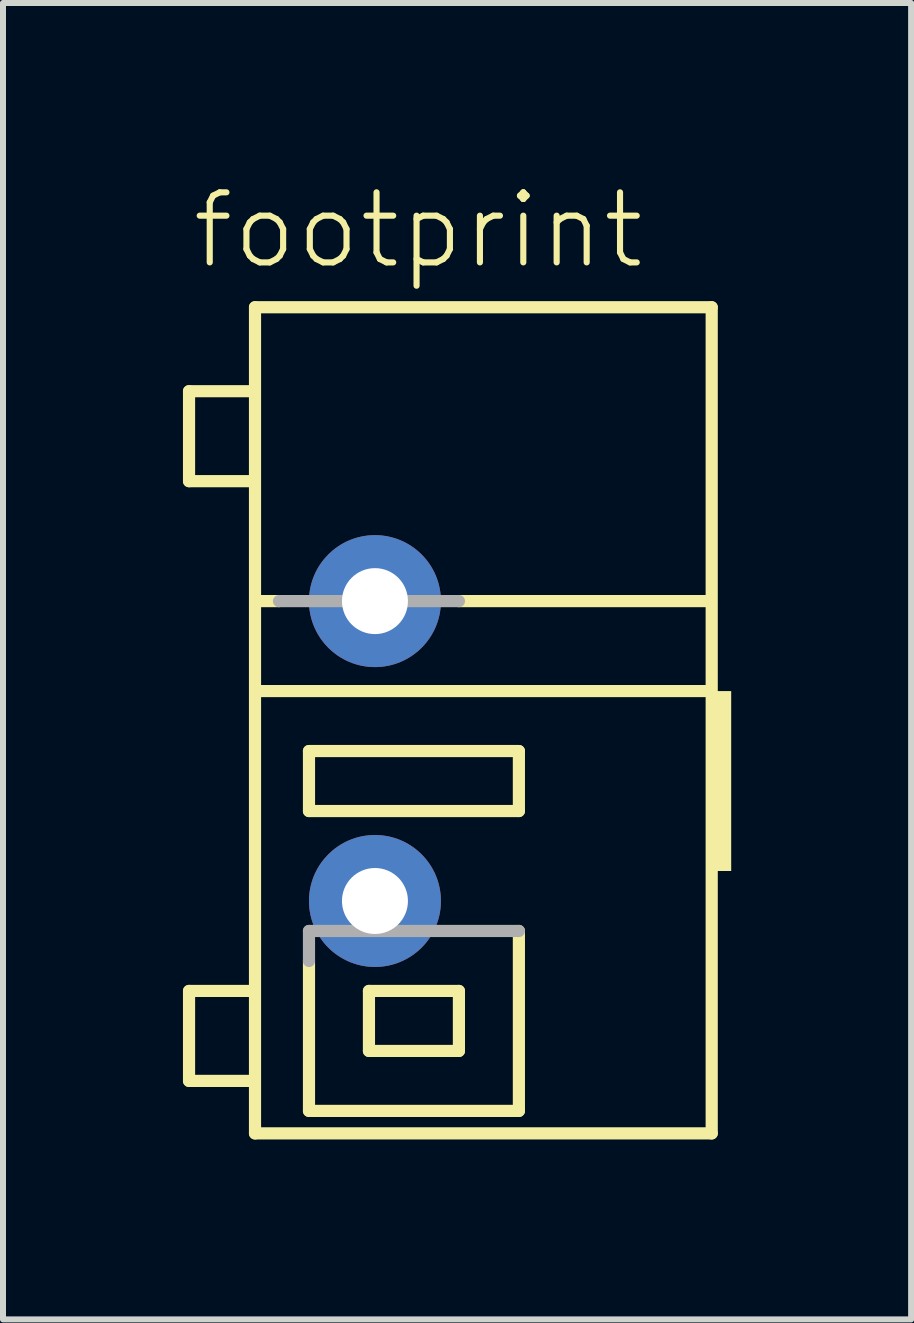
<source format=kicad_pcb>
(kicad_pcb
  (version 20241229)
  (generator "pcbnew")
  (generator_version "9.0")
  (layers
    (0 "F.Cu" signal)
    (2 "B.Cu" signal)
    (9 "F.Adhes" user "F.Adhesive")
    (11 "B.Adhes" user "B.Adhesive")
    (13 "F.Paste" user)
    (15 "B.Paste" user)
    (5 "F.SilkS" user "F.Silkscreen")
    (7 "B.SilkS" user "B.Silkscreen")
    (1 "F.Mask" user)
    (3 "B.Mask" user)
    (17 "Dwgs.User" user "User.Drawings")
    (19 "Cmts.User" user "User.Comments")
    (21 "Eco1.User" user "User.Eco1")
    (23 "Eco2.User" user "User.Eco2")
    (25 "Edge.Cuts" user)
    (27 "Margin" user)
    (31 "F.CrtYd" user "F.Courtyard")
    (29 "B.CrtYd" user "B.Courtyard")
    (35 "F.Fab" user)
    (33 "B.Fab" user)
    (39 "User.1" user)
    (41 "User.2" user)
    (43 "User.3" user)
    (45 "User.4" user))
  (footprint "footprint"
    (layer "F.Cu")
    (at 3.202 9.473)
    (property "Reference" "footprint" (at -3.1 -8 0) (layer "F.SilkS") (effects (font (size 1.168 1.168) (thickness 0.102)) (justify left bottom)))
    (fp_line (start -3.1 -6) (end -3.1 -4.5) (stroke (width 0.203) (type solid)) (layer "F.SilkS"))
    (fp_line (start -3.1 -4.5) (end -2.1 -4.5) (stroke (width 0.203) (type solid)) (layer "F.SilkS"))
    (fp_line (start -3.1 4) (end -2.1 4) (stroke (width 0.203) (type solid)) (layer "F.SilkS"))
    (fp_line (start -3.1 5.5) (end -3.1 4) (stroke (width 0.203) (type solid)) (layer "F.SilkS"))
    (fp_line (start -2.1 -6) (end -3.1 -6) (stroke (width 0.203) (type solid)) (layer "F.SilkS"))
    (fp_line (start -2.1 5.5) (end -3.1 5.5) (stroke (width 0.203) (type solid)) (layer "F.SilkS"))
    (fp_line (start -2 -7.4) (end 5.615 -7.4) (stroke (width 0.203) (type solid)) (layer "F.SilkS"))
    (fp_line (start -2 6.375) (end -2 -7.4) (stroke (width 0.203) (type solid)) (layer "F.SilkS"))
    (fp_line (start -1.6 -2.5) (end -1.925 -2.5) (stroke (width 0.203) (type solid)) (layer "F.SilkS"))
    (fp_line (start -1.1 0) (end 2.4 0) (stroke (width 0.203) (type solid)) (layer "F.SilkS"))
    (fp_line (start -1.1 1) (end -1.1 0) (stroke (width 0.203) (type solid)) (layer "F.SilkS"))
    (fp_line (start -1.1 3.5) (end -1.1 6) (stroke (width 0.203) (type solid)) (layer "F.SilkS"))
    (fp_line (start -1.1 6) (end 2.4 6) (stroke (width 0.203) (type solid)) (layer "F.SilkS"))
    (fp_line (start -0.1 4) (end -0.1 5) (stroke (width 0.203) (type solid)) (layer "F.SilkS"))
    (fp_line (start -0.1 5) (end 1.4 5) (stroke (width 0.203) (type solid)) (layer "F.SilkS"))
    (fp_line (start 1.4 4) (end -0.1 4) (stroke (width 0.203) (type solid)) (layer "F.SilkS"))
    (fp_line (start 1.4 5) (end 1.4 4) (stroke (width 0.203) (type solid)) (layer "F.SilkS"))
    (fp_line (start 2.4 0) (end 2.4 1) (stroke (width 0.203) (type solid)) (layer "F.SilkS"))
    (fp_line (start 2.4 1) (end -1.1 1) (stroke (width 0.203) (type solid)) (layer "F.SilkS"))
    (fp_line (start 2.4 6) (end 2.4 3) (stroke (width 0.203) (type solid)) (layer "F.SilkS"))
    (fp_line (start 5.565 -2.5) (end 1.4 -2.5) (stroke (width 0.203) (type solid)) (layer "F.SilkS"))
    (fp_line (start 5.565 -1) (end -1.925 -1) (stroke (width 0.203) (type solid)) (layer "F.SilkS"))
    (fp_line (start 5.615 -7.4) (end 5.615 6.375) (stroke (width 0.203) (type solid)) (layer "F.SilkS"))
    (fp_line (start 5.615 6.375) (end -2 6.375) (stroke (width 0.203) (type solid)) (layer "F.SilkS"))
    (fp_poly (pts (xy 5.64 2) (xy 5.94 2) (xy 5.94 -1) (xy 5.64 -1)) (stroke (width 0) (type solid)) (fill yes) (layer "F.SilkS"))
    (fp_line (start -1.1 3) (end -1.1 3.5) (stroke (width 0.203) (type solid)) (layer "F.Fab"))
    (fp_line (start 1.4 -2.5) (end -1.6 -2.5) (stroke (width 0.203) (type solid)) (layer "F.Fab"))
    (fp_line (start 2.4 3) (end -1.1 3) (stroke (width 0.203) (type solid)) (layer "F.Fab"))
    (pad "1@1" thru_hole circle (at 0 2.5) (size 2.2 2.2) (drill 1.1) (layers "*.Cu" "*.Mask"))
    (pad "1@2" thru_hole circle (at 0 -2.5) (size 2.2 2.2) (drill 1.1) (layers "*.Cu" "*.Mask")))
  (gr_rect
    (start -3 -3)
    (end 12.142 18.95)
    (stroke (width 0.1) (type default))
    (fill no)
    (layer "Edge.Cuts")))
</source>
